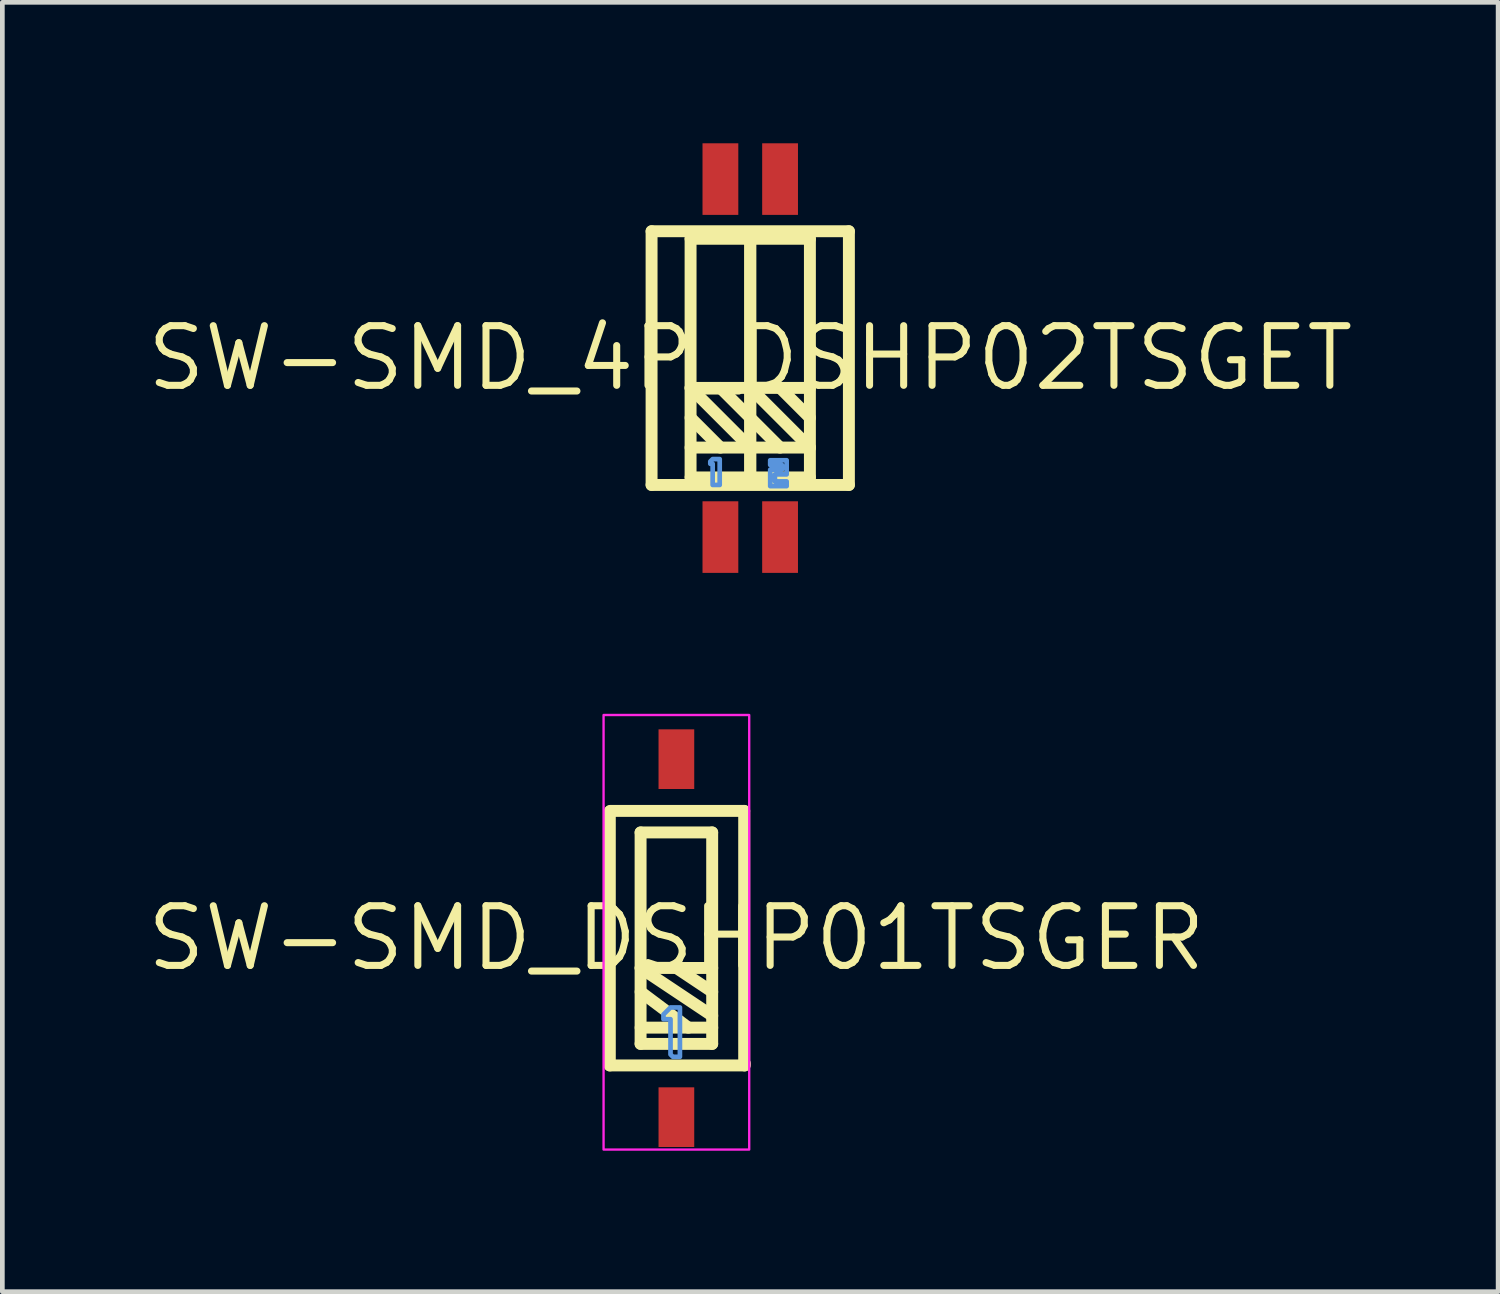
<source format=kicad_pcb>
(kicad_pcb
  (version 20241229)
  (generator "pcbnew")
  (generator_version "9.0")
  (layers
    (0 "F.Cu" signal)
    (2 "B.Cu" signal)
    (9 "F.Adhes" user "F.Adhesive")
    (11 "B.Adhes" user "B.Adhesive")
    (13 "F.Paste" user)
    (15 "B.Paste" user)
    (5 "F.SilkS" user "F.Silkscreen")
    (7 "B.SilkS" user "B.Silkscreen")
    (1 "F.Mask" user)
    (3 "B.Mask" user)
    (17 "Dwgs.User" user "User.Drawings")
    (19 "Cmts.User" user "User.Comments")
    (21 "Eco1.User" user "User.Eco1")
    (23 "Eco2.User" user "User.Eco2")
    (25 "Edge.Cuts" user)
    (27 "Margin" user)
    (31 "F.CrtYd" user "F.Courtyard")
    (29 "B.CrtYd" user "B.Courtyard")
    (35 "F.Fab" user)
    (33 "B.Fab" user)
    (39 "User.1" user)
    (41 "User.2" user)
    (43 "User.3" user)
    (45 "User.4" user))
  (footprint "SW-SMD_DSHP01TSGER"
    (layer "F.Cu")
    (at 11.347 16.919)
    (property "Reference" "SW-SMD_DSHP01TSGER" (at 0 0 0) (layer "F.SilkS") (effects (font (size 1.27 1.27) (thickness 0.15))))
    (attr smd)
    (fp_line (start -1.417 -2.7) (end -1.417 2.709) (stroke (width 0.254) (type solid)) (layer "F.SilkS"))
    (fp_line (start -1.417 2.709) (end 1.452 2.709) (stroke (width 0.254) (type solid)) (layer "F.SilkS"))
    (fp_line (start -0.762 -2.25) (end 0.762 -2.25) (stroke (width 0.254) (type solid)) (layer "F.SilkS"))
    (fp_line (start -0.762 2.25) (end -0.762 -2.25) (stroke (width 0.254) (type solid)) (layer "F.SilkS"))
    (fp_line (start -0.761 0.635) (end 0.763 0.635) (stroke (width 0.254) (type solid)) (layer "F.SilkS"))
    (fp_line (start -0.761 1.143) (end 0.255 1.905) (stroke (width 0.254) (type solid)) (layer "F.SilkS"))
    (fp_line (start -0.761 1.905) (end 0.763 1.905) (stroke (width 0.254) (type solid)) (layer "F.SilkS"))
    (fp_line (start 0.001 0.635) (end 0.763 1.143) (stroke (width 0.254) (type solid)) (layer "F.SilkS"))
    (fp_line (start 0.762 -2.25) (end 0.762 2.25) (stroke (width 0.254) (type solid)) (layer "F.SilkS"))
    (fp_line (start 0.762 2.25) (end -0.762 2.25) (stroke (width 0.254) (type solid)) (layer "F.SilkS"))
    (fp_line (start 0.763 1.651) (end -0.761 0.635) (stroke (width 0.254) (type solid)) (layer "F.SilkS"))
    (fp_line (start 1.443 -2.709) (end -1.407 -2.709) (stroke (width 0.254) (type solid)) (layer "F.SilkS"))
    (fp_line (start 1.443 2.662) (end 1.443 -2.709) (stroke (width 0.254) (type solid)) (layer "F.SilkS"))
    (fp_line (start 1.452 2.662) (end 1.443 2.662) (stroke (width 0.254) (type solid)) (layer "F.SilkS"))
    (fp_line (start 1.452 2.709) (end 1.452 2.662) (stroke (width 0.254) (type solid)) (layer "F.SilkS"))
    (fp_poly (pts (xy 0.075 1.475) (xy 0.075 2.525) (xy -0.075 2.525) (xy -0.125 2.475) (xy -0.125 1.725) (xy -0.275 1.725) (xy -0.275 1.625) (xy -0.125 1.475) (xy 0.075 1.475)) (stroke (width 0.1) (type solid)) (fill no) (layer "Cmts.User"))
    (fp_rect (start -1.55 -4.75) (end 1.55 4.5) (stroke (width 0.05) (type default)) (fill no) (layer "F.CrtYd"))
    (fp_text user "" (at 0 0 0) (layer "Cmts.User") (effects (font (size 1 1) (thickness 0.15))))
    (pad "1" smd rect (at 0 -3.81 270) (size 1.27 0.76) (layers "F.Cu" "F.Mask" "F.Paste"))
    (pad "2" smd rect (at 0 3.81 270) (size 1.27 0.76) (layers "F.Cu" "F.Mask" "F.Paste")))
  (footprint "SW-SMD_4P_DSHP02TSGET"
    (layer "F.Cu")
    (at 12.919 4.572)
    (property "Reference" "SW-SMD_4P_DSHP02TSGET" (at 0 0 0) (layer "F.SilkS") (effects (font (size 1.27 1.27) (thickness 0.15))))
    (attr smd)
    (fp_line (start -2.1 -2.7) (end -2.1 2.7) (stroke (width 0.254) (type solid)) (layer "F.SilkS"))
    (fp_line (start -2.1 2.7) (end 2.1 2.7) (stroke (width 0.254) (type solid)) (layer "F.SilkS"))
    (fp_line (start -1.27 -2.54) (end 0 -2.54) (stroke (width 0.254) (type solid)) (layer "F.SilkS"))
    (fp_line (start -1.27 0.635) (end 0 1.905) (stroke (width 0.254) (type solid)) (layer "F.SilkS"))
    (fp_line (start -1.27 1.27) (end -0.635 1.905) (stroke (width 0.254) (type solid)) (layer "F.SilkS"))
    (fp_line (start -1.27 2.54) (end -1.27 -2.54) (stroke (width 0.254) (type solid)) (layer "F.SilkS"))
    (fp_line (start -0.635 0.635) (end 0 1.27) (stroke (width 0.254) (type solid)) (layer "F.SilkS"))
    (fp_line (start 0 -2.54) (end 0 2.54) (stroke (width 0.254) (type solid)) (layer "F.SilkS"))
    (fp_line (start 0 -2.54) (end 0 2.54) (stroke (width 0.254) (type solid)) (layer "F.SilkS"))
    (fp_line (start 0 0.635) (end -1.27 0.635) (stroke (width 0.254) (type solid)) (layer "F.SilkS"))
    (fp_line (start 0 1.27) (end 0.635 1.905) (stroke (width 0.254) (type solid)) (layer "F.SilkS"))
    (fp_line (start 0 1.905) (end -1.27 1.905) (stroke (width 0.254) (type solid)) (layer "F.SilkS"))
    (fp_line (start 0 1.905) (end 1.27 1.905) (stroke (width 0.254) (type solid)) (layer "F.SilkS"))
    (fp_line (start 0 2.54) (end -1.27 2.54) (stroke (width 0.254) (type solid)) (layer "F.SilkS"))
    (fp_line (start 0 2.54) (end 1.27 2.54) (stroke (width 0.254) (type solid)) (layer "F.SilkS"))
    (fp_line (start 0.635 0.635) (end 1.27 1.27) (stroke (width 0.254) (type solid)) (layer "F.SilkS"))
    (fp_line (start 1.27 -2.54) (end 0 -2.54) (stroke (width 0.254) (type solid)) (layer "F.SilkS"))
    (fp_line (start 1.27 0.635) (end 0 0.635) (stroke (width 0.254) (type solid)) (layer "F.SilkS"))
    (fp_line (start 1.27 1.905) (end 0 0.635) (stroke (width 0.254) (type solid)) (layer "F.SilkS"))
    (fp_line (start 1.27 2.54) (end 1.27 -2.54) (stroke (width 0.254) (type solid)) (layer "F.SilkS"))
    (fp_line (start 2.1 -2.7) (end -2.1 -2.7) (stroke (width 0.254) (type solid)) (layer "F.SilkS"))
    (fp_line (start 2.1 2.7) (end 2.1 -2.7) (stroke (width 0.254) (type solid)) (layer "F.SilkS"))
    (fp_poly (pts (xy -0.75 2.15) (xy -0.8 2.15) (xy -0.85 2.2) (xy -0.85 2.25) (xy -0.8 2.25) (xy -0.8 2.7) (xy -0.65 2.7) (xy -0.65 2.15)) (stroke (width 0.1) (type solid)) (fill no) (layer "Cmts.User"))
    (fp_poly (pts (xy 0.525 2.725) (xy 0.425 2.725) (xy 0.425 2.375) (xy 0.675 2.375) (xy 0.675 2.275) (xy 0.425 2.275) (xy 0.425 2.175) (xy 0.775 2.175) (xy 0.775 2.475) (xy 0.525 2.475) (xy 0.525 2.625) (xy 0.775 2.625) (xy 0.775 2.725) (xy 0.525 2.725)) (stroke (width 0.1) (type solid)) (fill no) (layer "Cmts.User"))
    (fp_text user "" (at 0 0 0) (layer "Cmts.User") (effects (font (size 1 1) (thickness 0.15))))
    (pad "1" smd rect (at -0.635 3.81 270) (size 1.524 0.762) (layers "F.Cu" "F.Mask" "F.Paste"))
    (pad "2" smd rect (at 0.635 3.81 270) (size 1.524 0.762) (layers "F.Cu" "F.Mask" "F.Paste"))
    (pad "3" smd rect (at 0.635 -3.81 270) (size 1.524 0.762) (layers "F.Cu" "F.Mask" "F.Paste"))
    (pad "4" smd rect (at -0.635 -3.81 270) (size 1.524 0.762) (layers "F.Cu" "F.Mask" "F.Paste")))
  (gr_rect
    (start -3 -3)
    (end 28.838 24.444)
    (stroke (width 0.1) (type default))
    (fill no)
    (layer "Edge.Cuts")))
</source>
